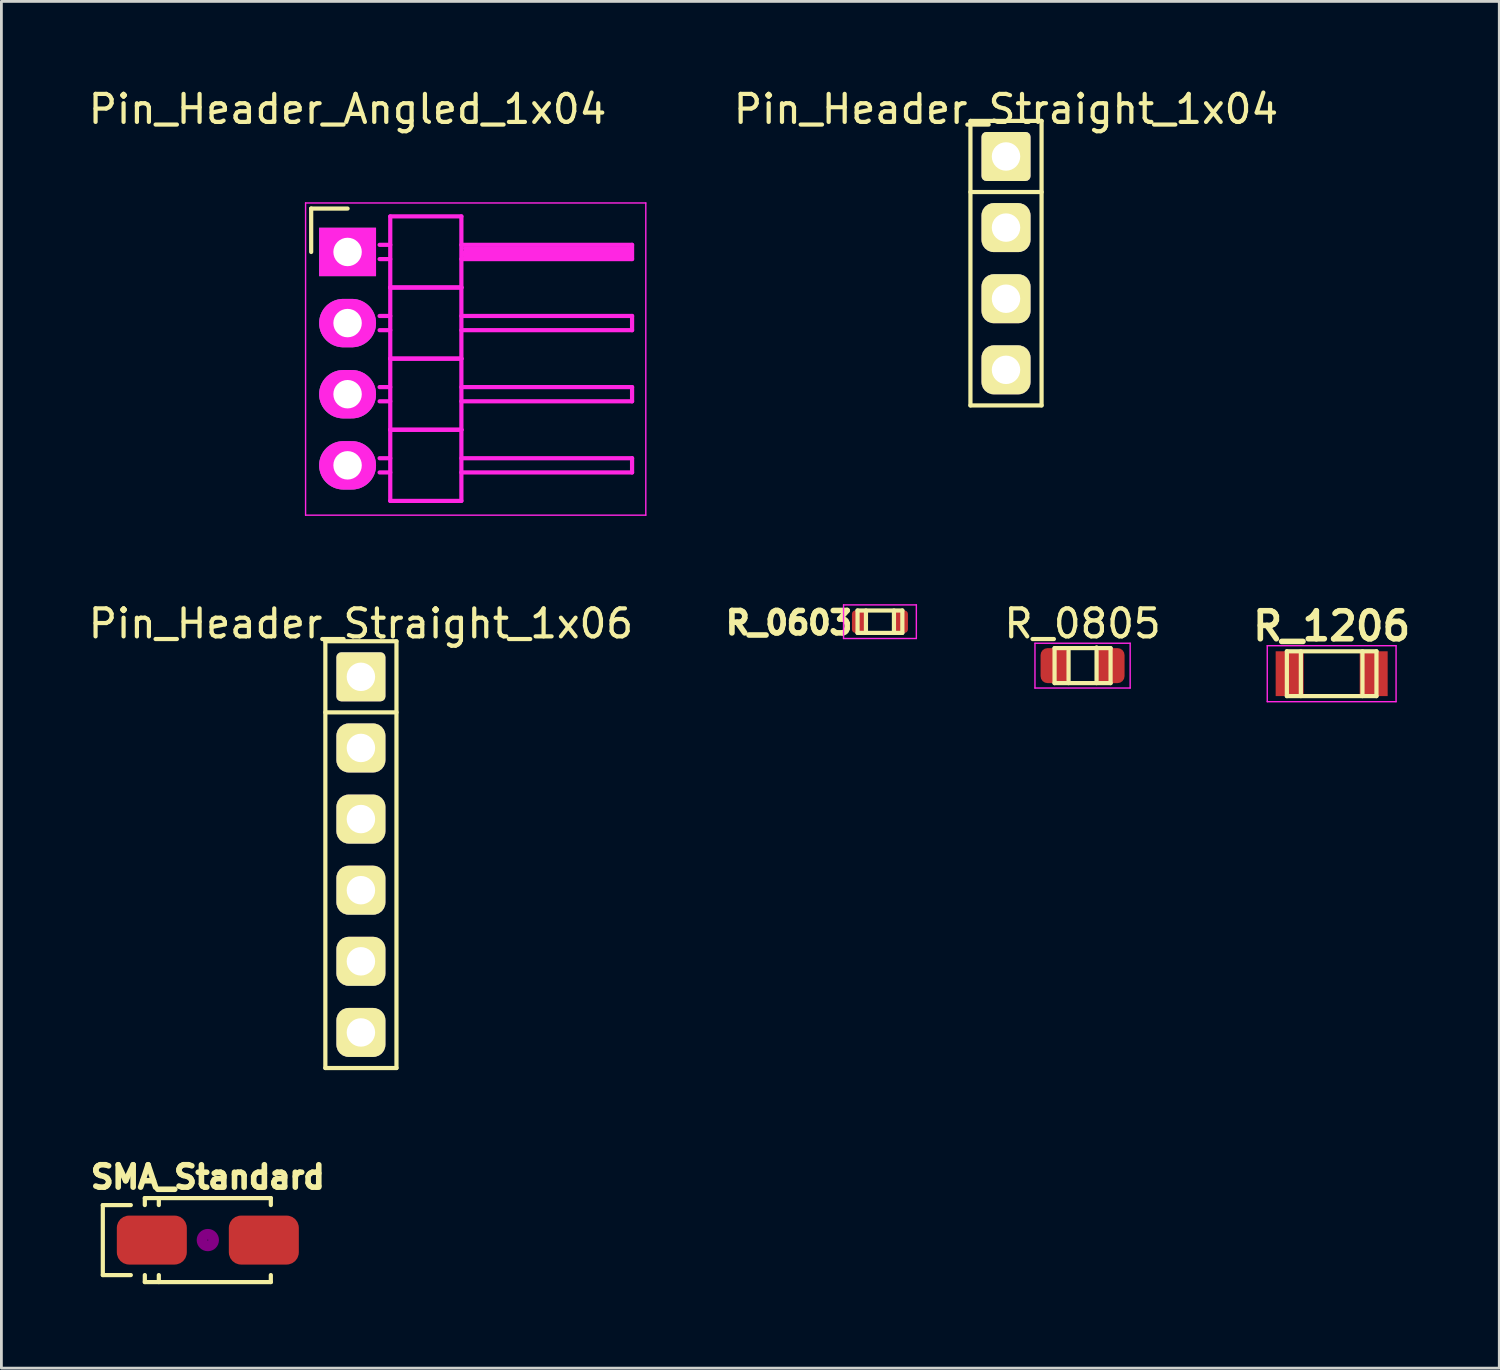
<source format=kicad_pcb>
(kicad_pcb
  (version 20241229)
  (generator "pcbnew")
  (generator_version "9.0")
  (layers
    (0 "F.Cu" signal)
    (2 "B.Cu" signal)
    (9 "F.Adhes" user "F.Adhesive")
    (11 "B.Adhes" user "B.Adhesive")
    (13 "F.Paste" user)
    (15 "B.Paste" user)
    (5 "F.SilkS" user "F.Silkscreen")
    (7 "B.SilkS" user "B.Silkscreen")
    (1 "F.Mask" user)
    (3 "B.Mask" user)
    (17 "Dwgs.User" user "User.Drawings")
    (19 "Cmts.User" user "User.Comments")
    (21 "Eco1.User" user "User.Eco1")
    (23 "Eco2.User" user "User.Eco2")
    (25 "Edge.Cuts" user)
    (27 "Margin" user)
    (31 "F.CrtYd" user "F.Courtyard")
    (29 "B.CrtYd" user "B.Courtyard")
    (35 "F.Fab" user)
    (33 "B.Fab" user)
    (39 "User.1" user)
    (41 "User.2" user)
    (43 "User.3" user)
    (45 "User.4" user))
  (footprint "R_1206"
    (layer "F.Cu")
    (at 44.507 21.009)
    (property "Reference" "R_1206" (at 0 -1.7 0) (layer "F.SilkS") (effects (font (size 1 1) (thickness 0.2))))
    (attr smd)
    (fp_line (start -1.6 -0.8) (end -1.6 0.8) (stroke (width 0.15) (type solid)) (layer "F.SilkS"))
    (fp_line (start -1.6 0.8) (end 1.6 0.8) (stroke (width 0.15) (type solid)) (layer "F.SilkS"))
    (fp_line (start -1.1 -0.8) (end -1.1 0.8) (stroke (width 0.15) (type solid)) (layer "F.SilkS"))
    (fp_line (start 1.1 -0.8) (end 1.1 0.8) (stroke (width 0.15) (type solid)) (layer "F.SilkS"))
    (fp_line (start 1.6 -0.8) (end -1.6 -0.8) (stroke (width 0.15) (type solid)) (layer "F.SilkS"))
    (fp_line (start 1.6 0.8) (end 1.6 -0.8) (stroke (width 0.15) (type solid)) (layer "F.SilkS"))
    (fp_line (start -2.3 -1) (end -2.3 1) (stroke (width 0.05) (type solid)) (layer "F.CrtYd"))
    (fp_line (start -2.3 -1) (end 2.3 -1) (stroke (width 0.05) (type solid)) (layer "F.CrtYd"))
    (fp_line (start -2.3 1) (end 2.3 1) (stroke (width 0.05) (type solid)) (layer "F.CrtYd"))
    (fp_line (start 2.3 -1) (end 2.3 1) (stroke (width 0.05) (type solid)) (layer "F.CrtYd"))
    (pad "1" smd rect (at -1.5 0) (size 1 1.6) (layers "F.Cu" "F.Mask" "F.Paste"))
    (pad "2" smd rect (at 1.5 0) (size 1 1.6) (layers "F.Cu" "F.Mask" "F.Paste")))
  (footprint "R_0805"
    (layer "F.Cu")
    (at 35.611 20.721)
    (property "Reference" "R_0805" (at 0 -1.5 0) (layer "F.SilkS") (effects (font (size 1 1) (thickness 0.15))))
    (attr smd)
    (fp_line (start -1 -0.625) (end -1 0.625) (stroke (width 0.15) (type solid)) (layer "F.SilkS"))
    (fp_line (start -1 0.625) (end 1 0.625) (stroke (width 0.15) (type solid)) (layer "F.SilkS"))
    (fp_line (start -0.5 -0.625) (end -0.5 0.625) (stroke (width 0.15) (type solid)) (layer "F.SilkS"))
    (fp_line (start 0.5 -0.65) (end 0.5 0.625) (stroke (width 0.15) (type solid)) (layer "F.SilkS"))
    (fp_line (start 1 -0.625) (end -1 -0.625) (stroke (width 0.15) (type solid)) (layer "F.SilkS"))
    (fp_line (start 1 0.625) (end 1 -0.625) (stroke (width 0.15) (type solid)) (layer "F.SilkS"))
    (fp_line (start -1.7 -0.8) (end -1.7 0.8) (stroke (width 0.05) (type solid)) (layer "F.CrtYd"))
    (fp_line (start -1.7 -0.8) (end 1.7 -0.8) (stroke (width 0.05) (type solid)) (layer "F.CrtYd"))
    (fp_line (start -1.7 0.8) (end 1.7 0.8) (stroke (width 0.05) (type solid)) (layer "F.CrtYd"))
    (fp_line (start 1.7 -0.8) (end 1.7 0.8) (stroke (width 0.05) (type solid)) (layer "F.CrtYd"))
    (pad "1" smd roundrect (at -1 0) (size 1 1.25) (layers "F.Cu" "F.Mask" "F.Paste") (roundrect_rratio 0.25))
    (pad "2" smd roundrect (at 1 0) (size 1 1.25) (layers "F.Cu" "F.Mask" "F.Paste") (roundrect_rratio 0.25)))
  (footprint "Pin_Header_Angled_1x04"
    (layer "F.Cu")
    (at 9.363 5.948)
    (property "Reference" "Pin_Header_Angled_1x04" (at 0 -5.1 0) (layer "F.SilkS") (effects (font (size 1 1) (thickness 0.15))))
    (attr through_hole)
    (fp_line (start -1.3 -1.55) (end -1.3 0) (stroke (width 0.15) (type solid)) (layer "F.SilkS"))
    (fp_line (start 0 -1.55) (end -1.3 -1.55) (stroke (width 0.15) (type solid)) (layer "F.SilkS"))
    (fp_line (start -1.5 -1.75) (end -1.5 9.4) (stroke (width 0.05) (type solid)) (layer "F.CrtYd"))
    (fp_line (start -1.5 -1.75) (end 10.65 -1.75) (stroke (width 0.05) (type solid)) (layer "F.CrtYd"))
    (fp_line (start -1.5 9.4) (end 10.65 9.4) (stroke (width 0.05) (type solid)) (layer "F.CrtYd"))
    (fp_line (start 1.524 -1.27) (end 1.524 1.27) (stroke (width 0.15) (type solid)) (layer "F.CrtYd"))
    (fp_line (start 1.524 -1.27) (end 4.064 -1.27) (stroke (width 0.15) (type solid)) (layer "F.CrtYd"))
    (fp_line (start 1.524 -0.254) (end 1.143 -0.254) (stroke (width 0.15) (type solid)) (layer "F.CrtYd"))
    (fp_line (start 1.524 0.254) (end 1.143 0.254) (stroke (width 0.15) (type solid)) (layer "F.CrtYd"))
    (fp_line (start 1.524 1.27) (end 1.524 3.81) (stroke (width 0.15) (type solid)) (layer "F.CrtYd"))
    (fp_line (start 1.524 1.27) (end 4.064 1.27) (stroke (width 0.15) (type solid)) (layer "F.CrtYd"))
    (fp_line (start 1.524 1.27) (end 4.064 1.27) (stroke (width 0.15) (type solid)) (layer "F.CrtYd"))
    (fp_line (start 1.524 2.286) (end 1.143 2.286) (stroke (width 0.15) (type solid)) (layer "F.CrtYd"))
    (fp_line (start 1.524 2.794) (end 1.143 2.794) (stroke (width 0.15) (type solid)) (layer "F.CrtYd"))
    (fp_line (start 1.524 3.81) (end 1.524 6.35) (stroke (width 0.15) (type solid)) (layer "F.CrtYd"))
    (fp_line (start 1.524 3.81) (end 4.064 3.81) (stroke (width 0.15) (type solid)) (layer "F.CrtYd"))
    (fp_line (start 1.524 3.81) (end 4.064 3.81) (stroke (width 0.15) (type solid)) (layer "F.CrtYd"))
    (fp_line (start 1.524 4.826) (end 1.143 4.826) (stroke (width 0.15) (type solid)) (layer "F.CrtYd"))
    (fp_line (start 1.524 5.334) (end 1.143 5.334) (stroke (width 0.15) (type solid)) (layer "F.CrtYd"))
    (fp_line (start 1.524 6.35) (end 1.524 8.89) (stroke (width 0.15) (type solid)) (layer "F.CrtYd"))
    (fp_line (start 1.524 6.35) (end 4.064 6.35) (stroke (width 0.15) (type solid)) (layer "F.CrtYd"))
    (fp_line (start 1.524 6.35) (end 4.064 6.35) (stroke (width 0.15) (type solid)) (layer "F.CrtYd"))
    (fp_line (start 1.524 7.366) (end 1.143 7.366) (stroke (width 0.15) (type solid)) (layer "F.CrtYd"))
    (fp_line (start 1.524 7.874) (end 1.143 7.874) (stroke (width 0.15) (type solid)) (layer "F.CrtYd"))
    (fp_line (start 1.524 8.89) (end 4.064 8.89) (stroke (width 0.15) (type solid)) (layer "F.CrtYd"))
    (fp_line (start 4.064 -0.254) (end 10.16 -0.254) (stroke (width 0.15) (type solid)) (layer "F.CrtYd"))
    (fp_line (start 4.064 1.27) (end 4.064 -1.27) (stroke (width 0.15) (type solid)) (layer "F.CrtYd"))
    (fp_line (start 4.064 2.286) (end 10.16 2.286) (stroke (width 0.15) (type solid)) (layer "F.CrtYd"))
    (fp_line (start 4.064 3.81) (end 4.064 1.27) (stroke (width 0.15) (type solid)) (layer "F.CrtYd"))
    (fp_line (start 4.064 4.826) (end 10.16 4.826) (stroke (width 0.15) (type solid)) (layer "F.CrtYd"))
    (fp_line (start 4.064 6.35) (end 4.064 3.81) (stroke (width 0.15) (type solid)) (layer "F.CrtYd"))
    (fp_line (start 4.064 7.366) (end 10.16 7.366) (stroke (width 0.15) (type solid)) (layer "F.CrtYd"))
    (fp_line (start 4.064 8.89) (end 4.064 6.35) (stroke (width 0.15) (type solid)) (layer "F.CrtYd"))
    (fp_line (start 4.191 -0.127) (end 10.033 -0.127) (stroke (width 0.15) (type solid)) (layer "F.CrtYd"))
    (fp_line (start 4.191 0) (end 10.033 0) (stroke (width 0.15) (type solid)) (layer "F.CrtYd"))
    (fp_line (start 4.191 0.127) (end 4.191 0) (stroke (width 0.15) (type solid)) (layer "F.CrtYd"))
    (fp_line (start 10.033 -0.127) (end 10.033 0.127) (stroke (width 0.15) (type solid)) (layer "F.CrtYd"))
    (fp_line (start 10.033 0.127) (end 4.191 0.127) (stroke (width 0.15) (type solid)) (layer "F.CrtYd"))
    (fp_line (start 10.16 -0.254) (end 10.16 0.254) (stroke (width 0.15) (type solid)) (layer "F.CrtYd"))
    (fp_line (start 10.16 0.254) (end 4.064 0.254) (stroke (width 0.15) (type solid)) (layer "F.CrtYd"))
    (fp_line (start 10.16 2.286) (end 10.16 2.794) (stroke (width 0.15) (type solid)) (layer "F.CrtYd"))
    (fp_line (start 10.16 2.794) (end 4.064 2.794) (stroke (width 0.15) (type solid)) (layer "F.CrtYd"))
    (fp_line (start 10.16 4.826) (end 10.16 5.334) (stroke (width 0.15) (type solid)) (layer "F.CrtYd"))
    (fp_line (start 10.16 5.334) (end 4.064 5.334) (stroke (width 0.15) (type solid)) (layer "F.CrtYd"))
    (fp_line (start 10.16 7.366) (end 10.16 7.874) (stroke (width 0.15) (type solid)) (layer "F.CrtYd"))
    (fp_line (start 10.16 7.874) (end 4.064 7.874) (stroke (width 0.15) (type solid)) (layer "F.CrtYd"))
    (fp_line (start 10.65 -1.75) (end 10.65 9.4) (stroke (width 0.05) (type solid)) (layer "F.CrtYd"))
    (pad "1" thru_hole rect (at 0 0) (size 2.032 1.727) (drill 1.016) (layers "*.Cu" "*.Mask" "F.CrtYd"))
    (pad "2" thru_hole oval (at 0 2.54) (size 2.032 1.727) (drill 1.016) (layers "*.Cu" "*.Mask" "F.CrtYd"))
    (pad "3" thru_hole oval (at 0 5.08) (size 2.032 1.727) (drill 1.016) (layers "*.Cu" "*.Mask" "F.CrtYd"))
    (pad "4" thru_hole oval (at 0 7.62) (size 2.032 1.727) (drill 1.016) (layers "*.Cu" "*.Mask" "F.CrtYd")))
  (footprint "R_0603"
    (layer "F.Cu")
    (at 28.375 19.152)
    (property "Reference" "R_0603" (at -3.248 0.04 0) (layer "F.SilkS") (effects (font (size 0.8 0.8) (thickness 0.2))))
    (attr smd)
    (fp_line (start -0.8 -0.4) (end -0.8 0.4) (stroke (width 0.15) (type solid)) (layer "F.SilkS"))
    (fp_line (start -0.8 0.4) (end 0.8 0.4) (stroke (width 0.15) (type solid)) (layer "F.SilkS"))
    (fp_line (start -0.5 -0.4) (end -0.5 0.4) (stroke (width 0.15) (type solid)) (layer "F.SilkS"))
    (fp_line (start 0.5 -0.4) (end 0.5 0.4) (stroke (width 0.15) (type solid)) (layer "F.SilkS"))
    (fp_line (start 0.8 -0.4) (end -0.8 -0.4) (stroke (width 0.15) (type solid)) (layer "F.SilkS"))
    (fp_line (start 0.8 0.4) (end 0.8 -0.4) (stroke (width 0.15) (type solid)) (layer "F.SilkS"))
    (fp_line (start -1.3 -0.6) (end -1.3 0.6) (stroke (width 0.05) (type solid)) (layer "F.CrtYd"))
    (fp_line (start -1.3 -0.6) (end 1.3 -0.6) (stroke (width 0.05) (type solid)) (layer "F.CrtYd"))
    (fp_line (start -1.3 0.6) (end 1.3 0.6) (stroke (width 0.05) (type solid)) (layer "F.CrtYd"))
    (fp_line (start 1.3 -0.6) (end 1.3 0.6) (stroke (width 0.05) (type solid)) (layer "F.CrtYd"))
    (pad "1" smd roundrect (at -0.75 0) (size 0.5 0.8) (layers "F.Cu" "F.Mask" "F.Paste") (roundrect_rratio 0.25))
    (pad "2" smd roundrect (at 0.75 0) (size 0.5 0.8) (layers "F.Cu" "F.Mask" "F.Paste") (roundrect_rratio 0.25)))
  (footprint "Pin_Header_Straight_1x04"
    (layer "F.Cu")
    (at 32.877 6.348)
    (property "Reference" "Pin_Header_Straight_1x04" (at 0 -5.5 0) (layer "F.SilkS") (effects (font (size 1 1) (thickness 0.15))))
    (attr through_hole)
    (fp_line (start -1.27 -5.08) (end -1.27 5.08) (stroke (width 0.15) (type solid)) (layer "F.SilkS"))
    (fp_line (start -1.27 -2.54) (end 1.27 -2.54) (stroke (width 0.15) (type solid)) (layer "F.SilkS"))
    (fp_line (start -1.27 5.08) (end 1.27 5.08) (stroke (width 0.15) (type solid)) (layer "F.SilkS"))
    (fp_line (start 1.27 -5.08) (end -1.27 -5.08) (stroke (width 0.15) (type solid)) (layer "F.SilkS"))
    (fp_line (start 1.27 5.08) (end 1.27 -5.08) (stroke (width 0.15) (type solid)) (layer "F.SilkS"))
    (pad "1" thru_hole roundrect (at 0 -3.81) (size 1.75 1.75) (drill 1.016) (layers "*.Cu" "*.Mask" "F.SilkS") (roundrect_rratio 0.1))
    (pad "2" thru_hole roundrect (at 0 -1.27) (size 1.75 1.75) (drill 1.016) (layers "*.Cu" "*.Mask" "F.SilkS") (roundrect_rratio 0.25))
    (pad "3" thru_hole roundrect (at 0 1.27) (size 1.75 1.75) (drill 1.016) (layers "*.Cu" "*.Mask" "F.SilkS") (roundrect_rratio 0.25))
    (pad "4" thru_hole roundrect (at 0 3.81) (size 1.75 1.75) (drill 1.016) (layers "*.Cu" "*.Mask" "F.SilkS") (roundrect_rratio 0.25)))
  (footprint "Pin_Header_Straight_1x06"
    (layer "F.Cu")
    (at 9.839 27.471)
    (property "Reference" "Pin_Header_Straight_1x06" (at 0 -8.25 0) (layer "F.SilkS") (effects (font (size 1 1) (thickness 0.15))))
    (attr through_hole)
    (fp_line (start -1.27 -7.62) (end 1.27 -7.62) (stroke (width 0.15) (type solid)) (layer "F.SilkS"))
    (fp_line (start -1.27 -5.08) (end 1.27 -5.08) (stroke (width 0.15) (type solid)) (layer "F.SilkS"))
    (fp_line (start -1.27 7.62) (end -1.27 -7.62) (stroke (width 0.15) (type solid)) (layer "F.SilkS"))
    (fp_line (start 1.27 -7.62) (end 1.27 7.62) (stroke (width 0.15) (type solid)) (layer "F.SilkS"))
    (fp_line (start 1.27 7.62) (end -1.27 7.62) (stroke (width 0.15) (type solid)) (layer "F.SilkS"))
    (pad "1" thru_hole roundrect (at 0 -6.35) (size 1.75 1.75) (drill 1.016) (layers "*.Cu" "*.Mask" "F.SilkS") (roundrect_rratio 0.1))
    (pad "2" thru_hole roundrect (at 0 -3.81) (size 1.75 1.75) (drill 1.016) (layers "*.Cu" "*.Mask" "F.SilkS") (roundrect_rratio 0.25))
    (pad "3" thru_hole roundrect (at 0 -1.27) (size 1.75 1.75) (drill 1.016) (layers "*.Cu" "*.Mask" "F.SilkS") (roundrect_rratio 0.25))
    (pad "4" thru_hole roundrect (at 0 1.27) (size 1.75 1.75) (drill 1.016) (layers "*.Cu" "*.Mask" "F.SilkS") (roundrect_rratio 0.25))
    (pad "5" thru_hole roundrect (at 0 3.81) (size 1.75 1.75) (drill 1.016) (layers "*.Cu" "*.Mask" "F.SilkS") (roundrect_rratio 0.25))
    (pad "6" thru_hole roundrect (at 0 6.35) (size 1.75 1.75) (drill 1.016) (layers "*.Cu" "*.Mask" "F.SilkS") (roundrect_rratio 0.25)))
  (footprint "SMA_Standard"
    (layer "F.Cu")
    (at 4.372 41.236)
    (property "Reference" "SMA_Standard" (at 0 -2.25 0) (layer "F.SilkS") (effects (font (size 0.8 0.8) (thickness 0.2))))
    (attr smd)
    (fp_line (start -3.75 -1.25) (end -3.75 1.25) (stroke (width 0.15) (type solid)) (layer "F.SilkS"))
    (fp_line (start -3.75 1.25) (end -2.75 1.25) (stroke (width 0.15) (type solid)) (layer "F.SilkS"))
    (fp_line (start -2.75 -1.25) (end -3.75 -1.25) (stroke (width 0.15) (type solid)) (layer "F.SilkS"))
    (fp_line (start -2.25 -1.5) (end 2.25 -1.5) (stroke (width 0.15) (type solid)) (layer "F.SilkS"))
    (fp_line (start -2.25 -1.25) (end -2.25 -1.5) (stroke (width 0.15) (type solid)) (layer "F.SilkS"))
    (fp_line (start -2.25 1.5) (end -2.25 1.25) (stroke (width 0.15) (type solid)) (layer "F.SilkS"))
    (fp_line (start -2.25 1.5) (end 2.25 1.5) (stroke (width 0.15) (type solid)) (layer "F.SilkS"))
    (fp_line (start -1.75 -1.25) (end -1.75 -1.5) (stroke (width 0.15) (type solid)) (layer "F.SilkS"))
    (fp_line (start -1.75 1.5) (end -1.75 1.25) (stroke (width 0.15) (type solid)) (layer "F.SilkS"))
    (fp_line (start 2.25 -1.25) (end 2.25 -1.5) (stroke (width 0.15) (type solid)) (layer "F.SilkS"))
    (fp_line (start 2.25 1.5) (end 2.25 1.25) (stroke (width 0.15) (type solid)) (layer "F.SilkS"))
    (fp_circle (center 0 0) (end 0.201 -0.051) (stroke (width 0.381) (type solid)) (fill no) (layer "F.Adhes"))
    (pad "1" smd roundrect (at -2 0) (size 2.5 1.75) (layers "F.Cu" "F.Mask" "F.Paste") (roundrect_rratio 0.25))
    (pad "2" smd roundrect (at 2 0) (size 2.5 1.75) (layers "F.Cu" "F.Mask" "F.Paste") (roundrect_rratio 0.25)))
  (gr_rect
    (start -3 -3)
    (end 50.493 45.81)
    (stroke (width 0.1) (type default))
    (fill no)
    (layer "Edge.Cuts")))
</source>
